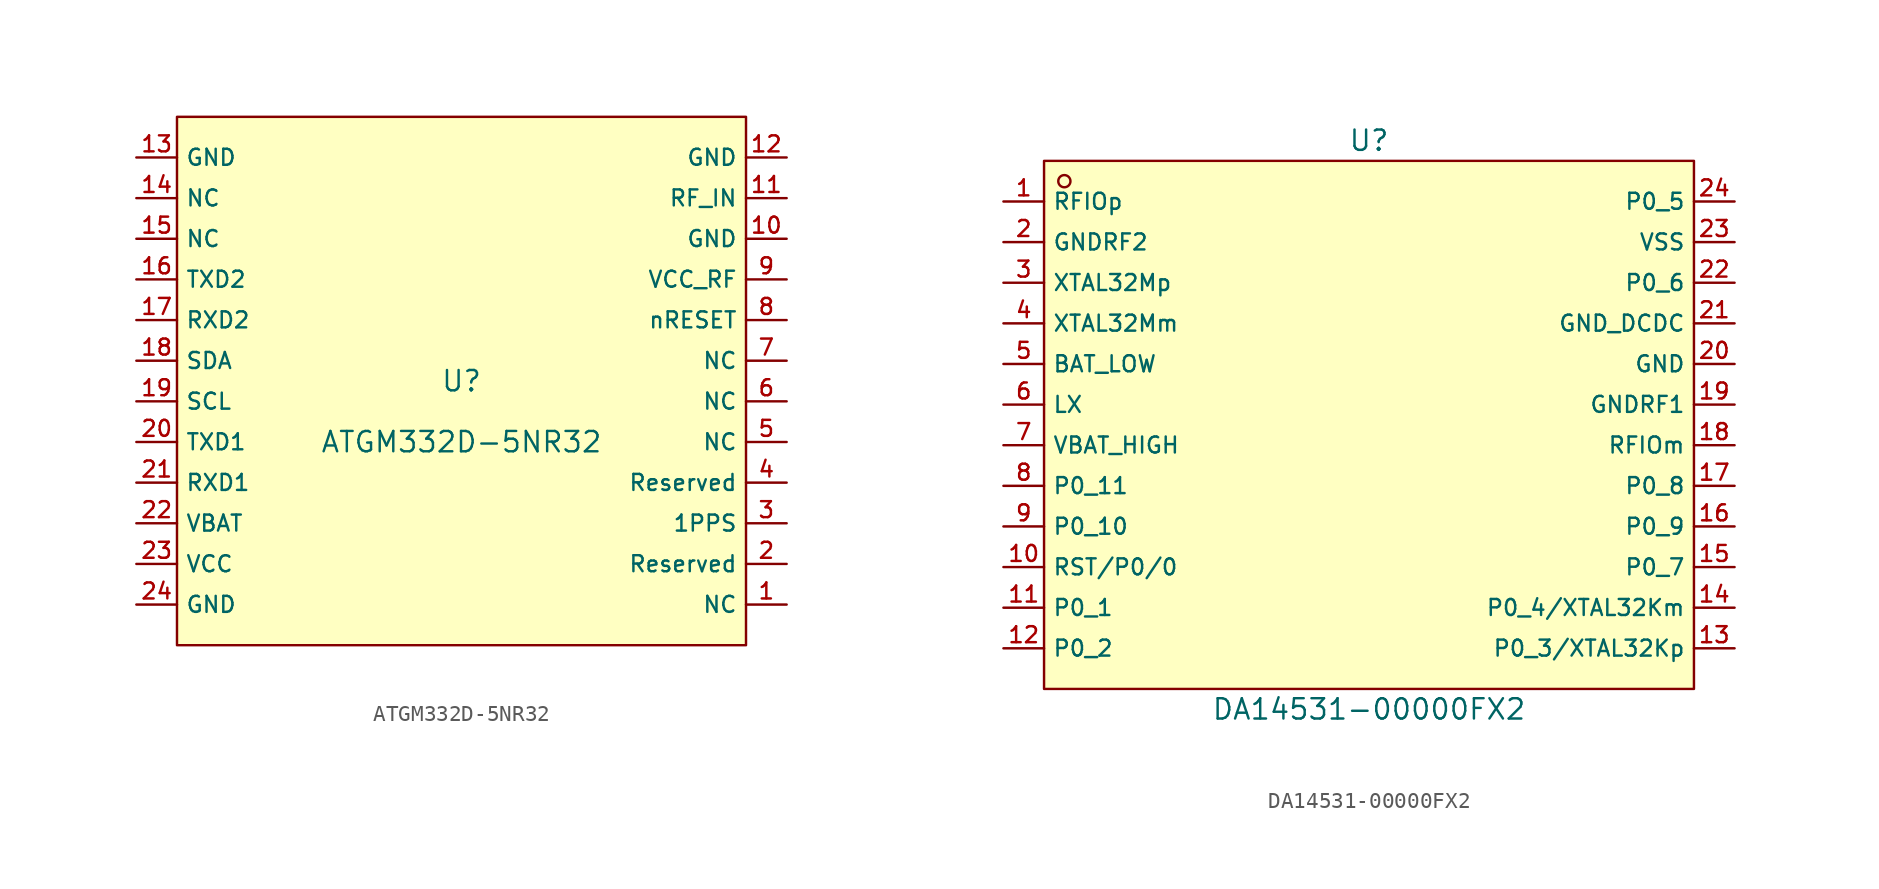
<source format=kicad_sym>
(kicad_symbol_lib
  (version 20220914)
  (generator kicad_symbol_editor)
  (symbol "ATGM332D-5NR32"
    (property "Reference" "U"
      (at 0 1.27 0)
      (effects (font (size 1.27 1.27))))
    (property "Value" "ATGM332D-5NR32"
      (at 0 -2.54 0)
      (effects (font (size 1.27 1.27))))
    (symbol "ATGM332D-5NR32_0_1"
      (rectangle (start -17.78 17.78) (end 17.78 -15.24) (stroke (width 0) (type default)) (fill (type background)))
      (pin unspecified line (at 20.32 -12.7 180) (length 2.54) (name "NC" (effects (font (size 1 1)))) (number "1" (effects (font (size 1 1)))))
      (pin unspecified line (at 20.32 10.16 180) (length 2.54) (name "GND" (effects (font (size 1 1)))) (number "10" (effects (font (size 1 1)))))
      (pin unspecified line (at 20.32 12.7 180) (length 2.54) (name "RF_IN" (effects (font (size 1 1)))) (number "11" (effects (font (size 1 1)))))
      (pin unspecified line (at 20.32 15.24 180) (length 2.54) (name "GND" (effects (font (size 1 1)))) (number "12" (effects (font (size 1 1)))))
      (pin unspecified line (at -20.32 15.24 0) (length 2.54) (name "GND" (effects (font (size 1 1)))) (number "13" (effects (font (size 1 1)))))
      (pin unspecified line (at -20.32 12.7 0) (length 2.54) (name "NC" (effects (font (size 1 1)))) (number "14" (effects (font (size 1 1)))))
      (pin unspecified line (at -20.32 10.16 0) (length 2.54) (name "NC" (effects (font (size 1 1)))) (number "15" (effects (font (size 1 1)))))
      (pin unspecified line (at -20.32 7.62 0) (length 2.54) (name "TXD2" (effects (font (size 1 1)))) (number "16" (effects (font (size 1 1)))))
      (pin unspecified line (at -20.32 5.08 0) (length 2.54) (name "RXD2" (effects (font (size 1 1)))) (number "17" (effects (font (size 1 1)))))
      (pin unspecified line (at -20.32 2.54 0) (length 2.54) (name "SDA" (effects (font (size 1 1)))) (number "18" (effects (font (size 1 1)))))
      (pin unspecified line (at -20.32 0 0) (length 2.54) (name "SCL" (effects (font (size 1 1)))) (number "19" (effects (font (size 1 1)))))
      (pin unspecified line (at 20.32 -10.16 180) (length 2.54) (name "Reserved" (effects (font (size 1 1)))) (number "2" (effects (font (size 1 1)))))
      (pin unspecified line (at -20.32 -2.54 0) (length 2.54) (name "TXD1" (effects (font (size 1 1)))) (number "20" (effects (font (size 1 1)))))
      (pin unspecified line (at -20.32 -5.08 0) (length 2.54) (name "RXD1" (effects (font (size 1 1)))) (number "21" (effects (font (size 1 1)))))
      (pin unspecified line (at -20.32 -7.62 0) (length 2.54) (name "VBAT" (effects (font (size 1 1)))) (number "22" (effects (font (size 1 1)))))
      (pin unspecified line (at -20.32 -10.16 0) (length 2.54) (name "VCC" (effects (font (size 1 1)))) (number "23" (effects (font (size 1 1)))))
      (pin unspecified line (at -20.32 -12.7 0) (length 2.54) (name "GND" (effects (font (size 1 1)))) (number "24" (effects (font (size 1 1)))))
      (pin unspecified line (at 20.32 -7.62 180) (length 2.54) (name "1PPS" (effects (font (size 1 1)))) (number "3" (effects (font (size 1 1)))))
      (pin unspecified line (at 20.32 -5.08 180) (length 2.54) (name "Reserved" (effects (font (size 1 1)))) (number "4" (effects (font (size 1 1)))))
      (pin unspecified line (at 20.32 -2.54 180) (length 2.54) (name "NC" (effects (font (size 1 1)))) (number "5" (effects (font (size 1 1)))))
      (pin unspecified line (at 20.32 0 180) (length 2.54) (name "NC" (effects (font (size 1 1)))) (number "6" (effects (font (size 1 1)))))
      (pin unspecified line (at 20.32 2.54 180) (length 2.54) (name "NC" (effects (font (size 1 1)))) (number "7" (effects (font (size 1 1)))))
      (pin unspecified line (at 20.32 5.08 180) (length 2.54) (name "nRESET" (effects (font (size 1 1)))) (number "8" (effects (font (size 1 1)))))
      (pin unspecified line (at 20.32 7.62 180) (length 2.54) (name "VCC_RF" (effects (font (size 1 1)))) (number "9" (effects (font (size 1 1)))))))
  (symbol "DA14531-00000FX2"
    (property "Reference" "U"
      (at 0 17.78 0)
      (effects (font (size 1.27 1.27))))
    (property "Value" "DA14531-00000FX2"
      (at 0 -17.78 0)
      (effects (font (size 1.27 1.27))))
    (symbol "DA14531-00000FX2_0_1"
      (rectangle (start -20.32 16.51) (end 20.32 -16.51) (stroke (width 0) (type default)) (fill (type background)))
      (circle (center -19.05 15.24) (radius 0.381) (stroke (width 0) (type default)) (fill (type background)))
      (pin bidirectional line (at -22.86 13.97 0) (length 2.54) (name "RFIOp" (effects (font (size 1 1)))) (number "1" (effects (font (size 1 1)))))
      (pin bidirectional line (at -22.86 -8.89 0) (length 2.54) (name "RST/P0/0" (effects (font (size 1 1)))) (number "10" (effects (font (size 1 1)))))
      (pin bidirectional line (at -22.86 -11.43 0) (length 2.54) (name "P0_1" (effects (font (size 1 1)))) (number "11" (effects (font (size 1 1)))))
      (pin bidirectional line (at -22.86 -13.97 0) (length 2.54) (name "P0_2" (effects (font (size 1 1)))) (number "12" (effects (font (size 1 1)))))
      (pin bidirectional line (at 22.86 -13.97 180) (length 2.54) (name "P0_3/XTAL32Kp" (effects (font (size 1 1)))) (number "13" (effects (font (size 1 1)))))
      (pin bidirectional line (at 22.86 -11.43 180) (length 2.54) (name "P0_4/XTAL32Km" (effects (font (size 1 1)))) (number "14" (effects (font (size 1 1)))))
      (pin bidirectional line (at 22.86 -8.89 180) (length 2.54) (name "P0_7" (effects (font (size 1 1)))) (number "15" (effects (font (size 1 1)))))
      (pin bidirectional line (at 22.86 -6.35 180) (length 2.54) (name "P0_9" (effects (font (size 1 1)))) (number "16" (effects (font (size 1 1)))))
      (pin bidirectional line (at 22.86 -3.81 180) (length 2.54) (name "P0_8" (effects (font (size 1 1)))) (number "17" (effects (font (size 1 1)))))
      (pin power_in line (at 22.86 -1.27 180) (length 2.54) (name "RFIOm" (effects (font (size 1 1)))) (number "18" (effects (font (size 1 1)))))
      (pin power_in line (at 22.86 1.27 180) (length 2.54) (name "GNDRF1" (effects (font (size 1 1)))) (number "19" (effects (font (size 1 1)))))
      (pin power_in line (at -22.86 11.43 0) (length 2.54) (name "GNDRF2" (effects (font (size 1 1)))) (number "2" (effects (font (size 1 1)))))
      (pin power_in line (at 22.86 3.81 180) (length 2.54) (name "GND" (effects (font (size 1 1)))) (number "20" (effects (font (size 1 1)))))
      (pin power_in line (at 22.86 6.35 180) (length 2.54) (name "GND_DCDC" (effects (font (size 1 1)))) (number "21" (effects (font (size 1 1)))))
      (pin bidirectional line (at 22.86 8.89 180) (length 2.54) (name "P0_6" (effects (font (size 1 1)))) (number "22" (effects (font (size 1 1)))))
      (pin power_in line (at 22.86 11.43 180) (length 2.54) (name "VSS" (effects (font (size 1 1)))) (number "23" (effects (font (size 1 1)))))
      (pin bidirectional line (at 22.86 13.97 180) (length 2.54) (name "P0_5" (effects (font (size 1 1)))) (number "24" (effects (font (size 1 1)))))
      (pin bidirectional line (at -22.86 8.89 0) (length 2.54) (name "XTAL32Mp" (effects (font (size 1 1)))) (number "3" (effects (font (size 1 1)))))
      (pin bidirectional line (at -22.86 6.35 0) (length 2.54) (name "XTAL32Mm" (effects (font (size 1 1)))) (number "4" (effects (font (size 1 1)))))
      (pin power_in line (at -22.86 3.81 0) (length 2.54) (name "BAT_LOW" (effects (font (size 1 1)))) (number "5" (effects (font (size 1 1)))))
      (pin power_out line (at -22.86 1.27 0) (length 2.54) (name "LX" (effects (font (size 1 1)))) (number "6" (effects (font (size 1 1)))))
      (pin power_in line (at -22.86 -1.27 0) (length 2.54) (name "VBAT_HIGH" (effects (font (size 1 1)))) (number "7" (effects (font (size 1 1)))))
      (pin bidirectional line (at -22.86 -3.81 0) (length 2.54) (name "P0_11" (effects (font (size 1 1)))) (number "8" (effects (font (size 1 1)))))
      (pin bidirectional line (at -22.86 -6.35 0) (length 2.54) (name "P0_10" (effects (font (size 1 1)))) (number "9" (effects (font (size 1 1))))))))
</source>
